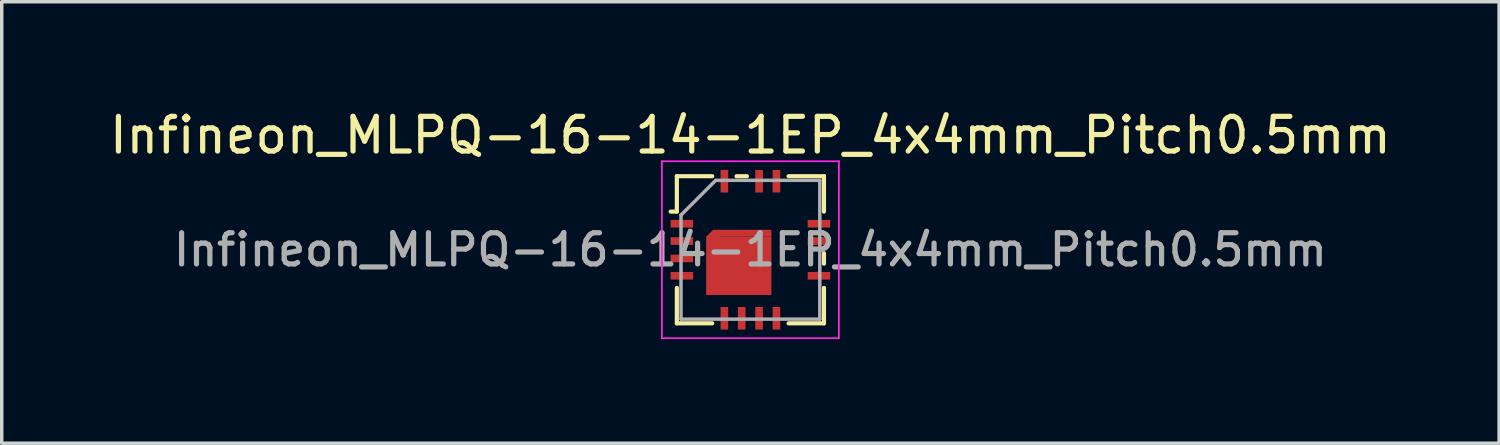
<source format=kicad_pcb>
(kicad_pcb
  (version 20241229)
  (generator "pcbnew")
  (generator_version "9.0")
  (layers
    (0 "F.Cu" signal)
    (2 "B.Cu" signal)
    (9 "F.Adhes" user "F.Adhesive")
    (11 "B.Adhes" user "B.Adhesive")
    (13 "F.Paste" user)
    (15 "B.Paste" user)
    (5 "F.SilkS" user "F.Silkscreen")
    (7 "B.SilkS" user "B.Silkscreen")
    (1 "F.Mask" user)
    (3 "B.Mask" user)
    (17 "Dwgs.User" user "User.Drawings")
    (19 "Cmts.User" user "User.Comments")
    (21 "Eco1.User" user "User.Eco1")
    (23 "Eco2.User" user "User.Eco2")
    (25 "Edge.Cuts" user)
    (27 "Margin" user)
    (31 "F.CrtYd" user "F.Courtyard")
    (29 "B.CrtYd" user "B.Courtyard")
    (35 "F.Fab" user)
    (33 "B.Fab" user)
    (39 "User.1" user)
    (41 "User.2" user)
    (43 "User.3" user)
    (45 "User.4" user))
  (footprint "Infineon_MLPQ-16-14-1EP_4x4mm_Pitch0.5mm"
    (layer "F.Cu")
    (at 18.577 4.148)
    (property "Reference" "Infineon_MLPQ-16-14-1EP_4x4mm_Pitch0.5mm" (at 0 -3.3 0) (layer "F.SilkS") (effects (font (size 1 1) (thickness 0.15))))
    (attr smd)
    (fp_line (start -2.3 -1.1) (end -2.12 -1.1) (stroke (width 0.12) (type solid)) (layer "F.SilkS"))
    (fp_line (start -2.12 -2.12) (end -2.12 -1.1) (stroke (width 0.12) (type solid)) (layer "F.SilkS"))
    (fp_line (start -2.12 1.1) (end -2.12 2.12) (stroke (width 0.12) (type solid)) (layer "F.SilkS"))
    (fp_line (start -1.1 -2.12) (end -2.12 -2.12) (stroke (width 0.12) (type solid)) (layer "F.SilkS"))
    (fp_line (start -1.1 2.12) (end -2.12 2.12) (stroke (width 0.12) (type solid)) (layer "F.SilkS"))
    (fp_line (start -0.1 -2.12) (end -0.4 -2.12) (stroke (width 0.12) (type solid)) (layer "F.SilkS"))
    (fp_line (start 2.12 -2.12) (end 1.1 -2.12) (stroke (width 0.12) (type solid)) (layer "F.SilkS"))
    (fp_line (start 2.12 -2.12) (end 2.12 -1.1) (stroke (width 0.12) (type solid)) (layer "F.SilkS"))
    (fp_line (start 2.12 0.1) (end 2.12 0.4) (stroke (width 0.12) (type solid)) (layer "F.SilkS"))
    (fp_line (start 2.12 1.1) (end 2.12 2.12) (stroke (width 0.12) (type solid)) (layer "F.SilkS"))
    (fp_line (start 2.12 2.12) (end 1.1 2.12) (stroke (width 0.12) (type solid)) (layer "F.SilkS"))
    (fp_line (start -2.55 -2.55) (end 2.55 -2.55) (stroke (width 0.05) (type solid)) (layer "F.CrtYd"))
    (fp_line (start -2.55 2.55) (end -2.55 -2.55) (stroke (width 0.05) (type solid)) (layer "F.CrtYd"))
    (fp_line (start 2.55 -2.55) (end 2.55 2.55) (stroke (width 0.05) (type solid)) (layer "F.CrtYd"))
    (fp_line (start 2.55 2.55) (end -2.55 2.55) (stroke (width 0.05) (type solid)) (layer "F.CrtYd"))
    (fp_line (start -2 2) (end -2 -1) (stroke (width 0.1) (type solid)) (layer "F.Fab"))
    (fp_line (start -1 -2) (end -2 -1) (stroke (width 0.1) (type solid)) (layer "F.Fab"))
    (fp_line (start -1 -2) (end 2 -2) (stroke (width 0.1) (type solid)) (layer "F.Fab"))
    (fp_line (start 2 -2) (end 2 2) (stroke (width 0.1) (type solid)) (layer "F.Fab"))
    (fp_line (start 2 2) (end -2 2) (stroke (width 0.1) (type solid)) (layer "F.Fab"))
    (fp_text user "${REFERENCE}" (at 0 0 0) (layer "F.Fab") (effects (font (size 0.9 0.9) (thickness 0.15))))
    (pad "" smd rect (at -0.335 -0.105) (size 1.5 0.8) (layers "F.Paste"))
    (pad "" smd rect (at -0.335 0.835) (size 1.5 0.8) (layers "F.Paste"))
    (pad "1" smd rect (at -1.975 -0.75) (size 0.65 0.22) (layers "F.Cu" "F.Mask" "F.Paste"))
    (pad "2" smd rect (at -1.975 -0.25) (size 0.65 0.22) (layers "F.Cu" "F.Mask" "F.Paste"))
    (pad "3" smd rect (at -1.975 0.25) (size 0.65 0.22) (layers "F.Cu" "F.Mask" "F.Paste"))
    (pad "4" smd rect (at -1.975 0.75) (size 0.65 0.22) (layers "F.Cu" "F.Mask" "F.Paste"))
    (pad "5" smd rect (at -0.75 1.975) (size 0.22 0.65) (layers "F.Cu" "F.Mask" "F.Paste"))
    (pad "6" smd rect (at -0.25 1.975) (size 0.22 0.65) (layers "F.Cu" "F.Mask" "F.Paste"))
    (pad "7" smd rect (at 0.25 1.975) (size 0.22 0.65) (layers "F.Cu" "F.Mask" "F.Paste"))
    (pad "8" smd rect (at 0.75 1.975) (size 0.22 0.65) (layers "F.Cu" "F.Mask" "F.Paste"))
    (pad "9" smd rect (at 1.975 0.75) (size 0.65 0.22) (layers "F.Cu" "F.Mask" "F.Paste"))
    (pad "11" smd rect (at 1.975 -0.25) (size 0.65 0.22) (layers "F.Cu" "F.Mask" "F.Paste"))
    (pad "12" smd rect (at 1.975 -0.75) (size 0.65 0.22) (layers "F.Cu" "F.Mask" "F.Paste"))
    (pad "13" smd rect (at 0.75 -1.975) (size 0.22 0.65) (layers "F.Cu" "F.Mask" "F.Paste"))
    (pad "14" smd rect (at 0.25 -1.975) (size 0.22 0.65) (layers "F.Cu" "F.Mask" "F.Paste"))
    (pad "16" smd rect (at -0.75 -1.975) (size 0.22 0.65) (layers "F.Cu" "F.Mask" "F.Paste"))
    (pad "17" smd rect (at -1.075 -0.375 45) (size 0.283 0.283) (layers "F.Cu" "F.Mask"))
    (pad "17" smd rect (at -0.335 0.465) (size 1.88 1.68) (layers "F.Cu" "F.Mask"))
    (pad "17" smd rect (at -0.235 -0.475) (size 1.68 0.2) (layers "F.Cu" "F.Mask")))
  (gr_rect
    (start -3 -3)
    (end 40.155 9.723)
    (stroke (width 0.1) (type default))
    (fill no)
    (layer "Edge.Cuts")))
</source>
